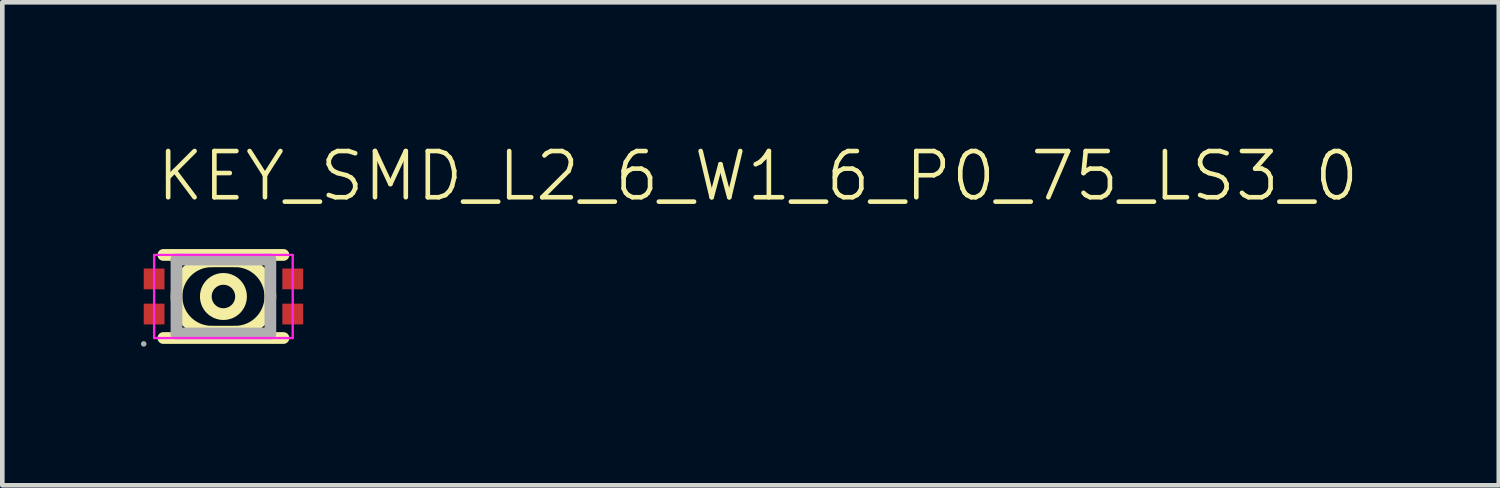
<source format=kicad_pcb>
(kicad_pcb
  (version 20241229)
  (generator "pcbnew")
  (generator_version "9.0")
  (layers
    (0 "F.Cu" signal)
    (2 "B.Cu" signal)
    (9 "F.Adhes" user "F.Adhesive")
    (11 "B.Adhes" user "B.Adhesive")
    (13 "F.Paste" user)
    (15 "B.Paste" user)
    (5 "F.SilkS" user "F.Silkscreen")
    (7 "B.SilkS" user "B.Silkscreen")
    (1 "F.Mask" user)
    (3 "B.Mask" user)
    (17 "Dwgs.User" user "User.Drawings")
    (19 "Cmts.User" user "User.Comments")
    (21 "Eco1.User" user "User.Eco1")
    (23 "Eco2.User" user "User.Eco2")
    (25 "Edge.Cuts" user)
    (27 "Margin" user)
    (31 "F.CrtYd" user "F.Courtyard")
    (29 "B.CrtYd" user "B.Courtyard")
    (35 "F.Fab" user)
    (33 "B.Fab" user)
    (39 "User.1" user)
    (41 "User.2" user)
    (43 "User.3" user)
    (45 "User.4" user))
  (footprint "KEY_SMD_L2_6_W1_6_P0_75_LS3_0"
    (layer "F.Cu")
    (at 1.785 3.366)
    (property "Reference" "KEY_SMD_L2_6_W1_6_P0_75_LS3_0" (at -1.5 -2.605 0) (layer "F.SilkS") (effects (font (size 1 1) (thickness 0.1)) (justify left)))
    (fp_line (start -1.3 -0.899) (end 1.3 -0.899) (stroke (width 0.254) (type solid)) (layer "F.SilkS"))
    (fp_line (start -0.254 -0.761) (end 0.254 -0.761) (stroke (width 0.254) (type solid)) (layer "F.SilkS"))
    (fp_line (start -0.254 0.762) (end 0.254 0.762) (stroke (width 0.254) (type solid)) (layer "F.SilkS"))
    (fp_line (start 1.3 0.899) (end -1.3 0.899) (stroke (width 0.254) (type solid)) (layer "F.SilkS"))
    (fp_arc (start -0.254 0.7625) (mid -1.016 0.0005) (end -0.254 -0.7615) (stroke (width 0.254) (type solid)) (layer "F.SilkS"))
    (fp_arc (start 0.254 -0.7615) (mid 1.016 0.0005) (end 0.254 0.7625) (stroke (width 0.254) (type solid)) (layer "F.SilkS"))
    (fp_arc (start 0.381 0.0005) (mid -0.381 0.0005) (end 0.381 0.0005) (stroke (width 0.254) (type solid)) (layer "F.SilkS"))
    (fp_line (start -1.5 -0.899) (end -1.5 0.899) (stroke (width 0.05) (type solid)) (layer "F.CrtYd"))
    (fp_line (start -1.5 0.899) (end 1.5 0.899) (stroke (width 0.05) (type solid)) (layer "F.CrtYd"))
    (fp_line (start 1.5 -0.899) (end -1.5 -0.899) (stroke (width 0.05) (type solid)) (layer "F.CrtYd"))
    (fp_line (start 1.5 0.899) (end 1.5 -0.899) (stroke (width 0.05) (type solid)) (layer "F.CrtYd"))
    (fp_line (start -1.016 -0.8) (end 1.016 -0.8) (stroke (width 0.254) (type solid)) (layer "F.Fab"))
    (fp_line (start -1.016 0.8) (end -1.016 -0.8) (stroke (width 0.254) (type solid)) (layer "F.Fab"))
    (fp_line (start 1.016 -0.8) (end 1.016 0.8) (stroke (width 0.254) (type solid)) (layer "F.Fab"))
    (fp_line (start 1.016 0.8) (end -1.016 0.8) (stroke (width 0.254) (type solid)) (layer "F.Fab"))
    (fp_arc (start -1.695 1.0265) (mid -1.755 1.0265) (end -1.695 1.0265) (stroke (width 0.06) (type solid)) (layer "F.Fab"))
    (pad "A" smd rect (at -1.5 -0.38) (size 0.45 0.45) (layers "F.Cu" "F.Mask" "F.Paste"))
    (pad "A1" smd rect (at -1.5 0.38) (size 0.45 0.45) (layers "F.Cu" "F.Mask" "F.Paste"))
    (pad "B" smd rect (at 1.5 -0.38) (size 0.45 0.45) (layers "F.Cu" "F.Mask" "F.Paste"))
    (pad "B1" smd rect (at 1.5 0.38) (size 0.45 0.45) (layers "F.Cu" "F.Mask" "F.Paste")))
  (gr_rect
    (start -3 -3)
    (end 29.385 7.452)
    (stroke (width 0.1) (type default))
    (fill no)
    (layer "Edge.Cuts")))
</source>
